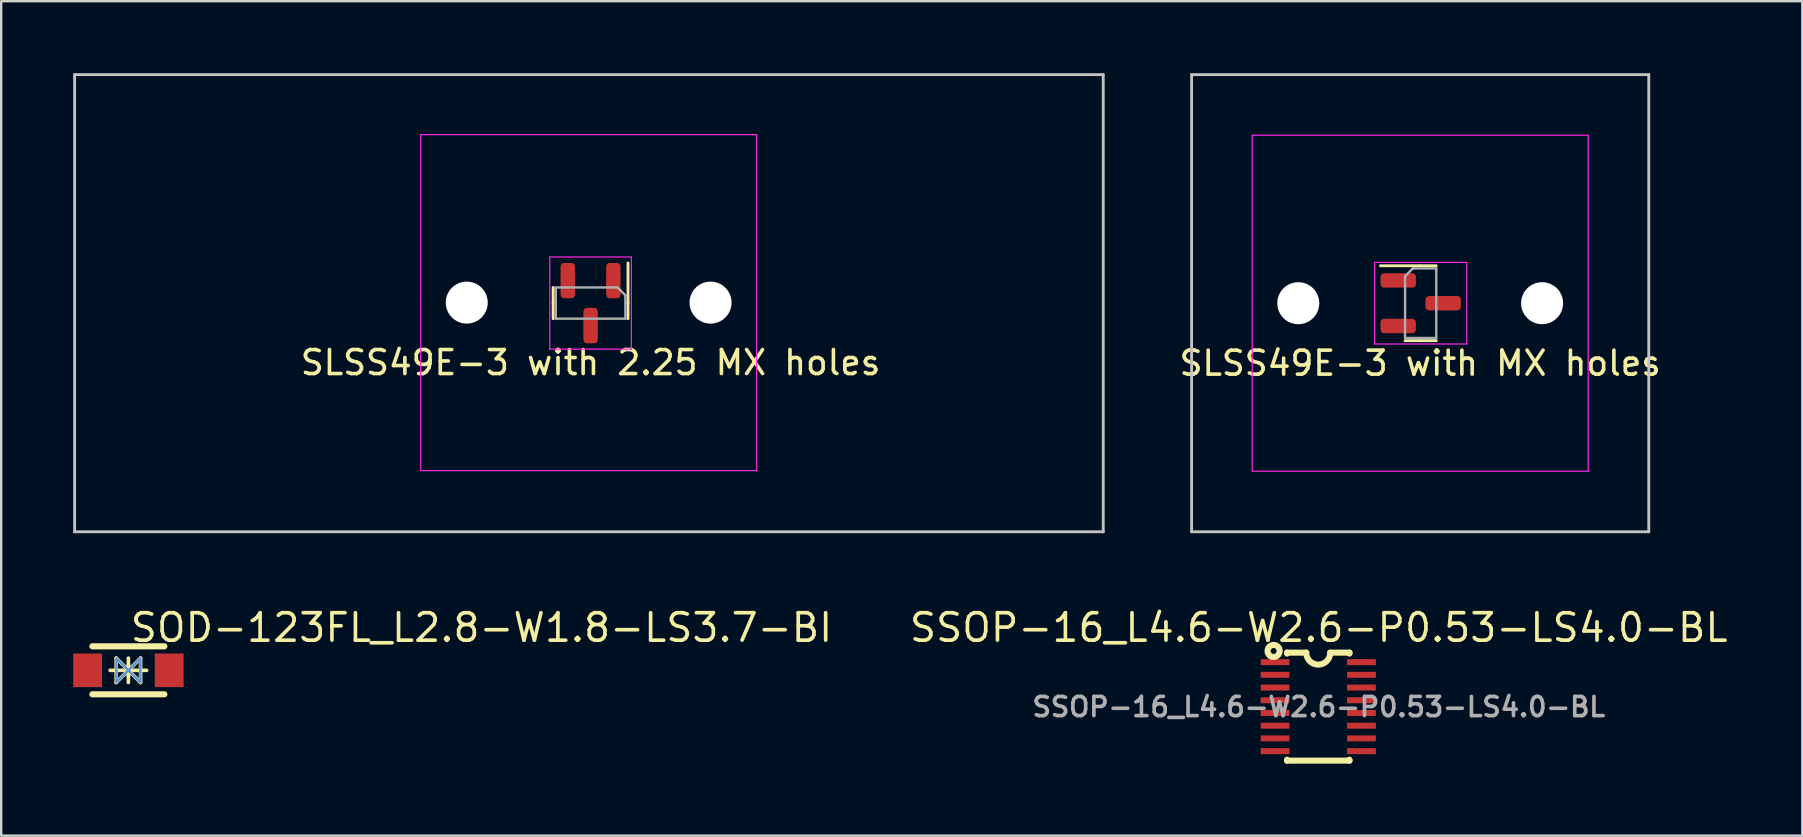
<source format=kicad_pcb>
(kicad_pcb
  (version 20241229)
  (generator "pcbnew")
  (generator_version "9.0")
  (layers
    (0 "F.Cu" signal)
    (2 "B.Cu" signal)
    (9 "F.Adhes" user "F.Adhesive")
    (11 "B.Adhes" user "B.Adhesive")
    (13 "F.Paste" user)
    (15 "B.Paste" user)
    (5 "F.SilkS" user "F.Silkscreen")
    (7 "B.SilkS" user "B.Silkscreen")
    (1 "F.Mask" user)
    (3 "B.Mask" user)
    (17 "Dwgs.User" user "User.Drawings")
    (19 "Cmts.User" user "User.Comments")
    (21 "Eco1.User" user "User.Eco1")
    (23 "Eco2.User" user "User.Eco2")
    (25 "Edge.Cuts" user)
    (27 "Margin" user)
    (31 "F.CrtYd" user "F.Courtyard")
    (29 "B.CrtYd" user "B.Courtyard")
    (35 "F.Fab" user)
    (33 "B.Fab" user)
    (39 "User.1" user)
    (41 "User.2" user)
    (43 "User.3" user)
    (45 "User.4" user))
  (footprint "SLSS49E-3 with 2.25 MX holes"
    (layer "F.Cu")
    (at 21.56 9.56)
    (property "Reference" "SLSS49E-3 with 2.25 MX holes" (at 0 2.5 0) (unlocked yes) (layer "F.SilkS") (effects (font (size 1 1) (thickness 0.15))))
    (attr smd)
    (fp_line (start -1.56 0.02) (end -1.56 -0.63) (stroke (width 0.12) (type solid)) (layer "F.SilkS"))
    (fp_line (start -1.56 0.02) (end -1.56 0.67) (stroke (width 0.12) (type solid)) (layer "F.SilkS"))
    (fp_line (start 1.56 0.02) (end 1.56 -1.655) (stroke (width 0.12) (type solid)) (layer "F.SilkS"))
    (fp_line (start 1.56 0.02) (end 1.56 0.67) (stroke (width 0.12) (type solid)) (layer "F.SilkS"))
    (fp_line (start -21.5 -9.5) (end -21.5 9.55) (stroke (width 0.12) (type solid)) (layer "Dwgs.User"))
    (fp_line (start -21.5 -9.5) (end 21.363 -9.5) (stroke (width 0.12) (type solid)) (layer "Dwgs.User"))
    (fp_line (start -21.5 9.55) (end 21.363 9.55) (stroke (width 0.12) (type solid)) (layer "Dwgs.User"))
    (fp_line (start 21.363 -9.5) (end 21.363 9.55) (stroke (width 0.12) (type solid)) (layer "Dwgs.User"))
    (fp_line (start -7.08 6.5) (end -7.08 -6.5) (stroke (width 0.05) (type solid)) (layer "Eco2.User"))
    (fp_line (start -6.58 -7) (end 6.42 -7) (stroke (width 0.05) (type solid)) (layer "Eco2.User"))
    (fp_line (start 6.42 7) (end -6.58 7) (stroke (width 0.05) (type solid)) (layer "Eco2.User"))
    (fp_line (start 6.92 -6.5) (end 6.92 6.5) (stroke (width 0.05) (type solid)) (layer "Eco2.User"))
    (fp_arc (start -7.08 -6.5) (mid -6.933553 -6.853553) (end -6.58 -7) (stroke (width 0.05) (type solid)) (layer "Eco2.User"))
    (fp_arc (start -6.58 7) (mid -6.933553 6.853553) (end -7.08 6.5) (stroke (width 0.05) (type solid)) (layer "Eco2.User"))
    (fp_arc (start 6.42 -7) (mid 6.773553 -6.853553) (end 6.92 -6.5) (stroke (width 0.05) (type solid)) (layer "Eco2.User"))
    (fp_arc (start 6.917236 6.498884) (mid 6.770806 6.852455) (end 6.417236 6.998884) (stroke (width 0.05) (type solid)) (layer "Eco2.User"))
    (fp_line (start -7.08 -7) (end -7.08 7) (stroke (width 0.05) (type solid)) (layer "F.CrtYd"))
    (fp_line (start -7.08 7) (end 6.92 7) (stroke (width 0.05) (type solid)) (layer "F.CrtYd"))
    (fp_line (start -1.7 -1.9) (end -1.7 1.94) (stroke (width 0.05) (type solid)) (layer "F.CrtYd"))
    (fp_line (start -1.7 1.94) (end 1.7 1.94) (stroke (width 0.05) (type solid)) (layer "F.CrtYd"))
    (fp_line (start 1.7 -1.9) (end -1.7 -1.9) (stroke (width 0.05) (type solid)) (layer "F.CrtYd"))
    (fp_line (start 1.7 1.94) (end 1.7 -1.9) (stroke (width 0.05) (type solid)) (layer "F.CrtYd"))
    (fp_line (start 6.92 -7) (end -7.08 -7) (stroke (width 0.05) (type solid)) (layer "F.CrtYd"))
    (fp_line (start 6.92 7) (end 6.92 -7) (stroke (width 0.05) (type solid)) (layer "F.CrtYd"))
    (fp_line (start -1.45 -0.63) (end 1.125 -0.63) (stroke (width 0.1) (type solid)) (layer "F.Fab"))
    (fp_line (start -1.45 0.67) (end -1.45 -0.63) (stroke (width 0.1) (type solid)) (layer "F.Fab"))
    (fp_line (start 1.125 -0.63) (end 1.45 -0.305) (stroke (width 0.1) (type solid)) (layer "F.Fab"))
    (fp_line (start 1.45 -0.305) (end 1.45 0.67) (stroke (width 0.1) (type solid)) (layer "F.Fab"))
    (fp_line (start 1.45 0.67) (end -1.45 0.67) (stroke (width 0.1) (type solid)) (layer "F.Fab"))
    (pad "" np_thru_hole circle (at -5.16 0) (size 1.75 1.75) (drill 1.75) (layers "*.Cu" "*.Mask"))
    (pad "" np_thru_hole circle (at 5 0) (size 1.75 1.75) (drill 1.75) (layers "*.Cu" "*.Mask"))
    (pad "1" smd roundrect (at 0.95 -0.917 270) (size 1.475 0.6) (layers "F.Cu" "F.Mask" "F.Paste") (roundrect_rratio 0.25))
    (pad "2" smd roundrect (at -0.95 -0.917 270) (size 1.475 0.6) (layers "F.Cu" "F.Mask" "F.Paste") (roundrect_rratio 0.25))
    (pad "3" smd roundrect (at 0 0.958 270) (size 1.475 0.6) (layers "F.Cu" "F.Mask" "F.Paste") (roundrect_rratio 0.25)))
  (footprint "SOD-123FL_L2.8-W1.8-LS3.7-BI"
    (layer "F.Cu")
    (at 2.3 24.883)
    (property "Reference" "SOD-123FL_L2.8-W1.8-LS3.7-BI" (at 0 -1.778 0) (layer "F.SilkS") (effects (font (size 1.143 1.143) (thickness 0.152)) (justify left)))
    (attr smd)
    (fp_line (start -1.5 -1) (end 1.5 -1) (stroke (width 0.254) (type solid)) (layer "F.SilkS"))
    (fp_line (start -1.5 1) (end 1.5 1) (stroke (width 0.254) (type solid)) (layer "F.SilkS"))
    (fp_line (start -0.762 0) (end 0.762 0) (stroke (width 0.15) (type solid)) (layer "F.SilkS"))
    (fp_line (start -0.508 -0.508) (end -0.508 0.508) (stroke (width 0.15) (type solid)) (layer "F.SilkS"))
    (fp_line (start 0 -0.508) (end 0 0.508) (stroke (width 0.15) (type solid)) (layer "F.SilkS"))
    (fp_line (start 0 0) (end -0.508 -0.508) (stroke (width 0.15) (type solid)) (layer "F.SilkS"))
    (fp_line (start 0 0) (end -0.508 0.508) (stroke (width 0.15) (type solid)) (layer "F.SilkS"))
    (fp_line (start 0 0) (end 0.508 -0.508) (stroke (width 0.15) (type solid)) (layer "F.SilkS"))
    (fp_line (start 0 0) (end 0.508 0.508) (stroke (width 0.15) (type solid)) (layer "F.SilkS"))
    (fp_line (start 0 0.254) (end 0 -0.254) (stroke (width 0.15) (type solid)) (layer "F.SilkS"))
    (fp_line (start 0.508 0.508) (end 0.508 -0.508) (stroke (width 0.15) (type solid)) (layer "F.SilkS"))
    (fp_poly (pts (xy -0.5 -0.5) (xy -0.5 0.5) (xy 0 0)) (stroke (width 0.1) (type solid)) (fill no) (layer "Cmts.User"))
    (fp_poly (pts (xy 0.5 0.5) (xy 0.5 -0.5) (xy 0 0)) (stroke (width 0.1) (type solid)) (fill no) (layer "Cmts.User"))
    (pad "1" smd rect (at -1.7 0) (size 1.2 1.4) (layers "F.Cu" "F.Mask" "F.Paste"))
    (pad "2" smd rect (at 1.7 0) (size 1.2 1.4) (layers "F.Cu" "F.Mask" "F.Paste")))
  (footprint "SLSS49E-3 with MX holes"
    (layer "F.Cu")
    (at 56.131 9.585)
    (property "Reference" "SLSS49E-3 with MX holes" (at 0 2.5 0) (unlocked yes) (layer "F.SilkS") (effects (font (size 1 1) (thickness 0.15))))
    (attr smd)
    (fp_line (start 0.02 -1.56) (end -1.655 -1.56) (stroke (width 0.12) (type solid)) (layer "F.SilkS"))
    (fp_line (start 0.02 -1.56) (end 0.67 -1.56) (stroke (width 0.12) (type solid)) (layer "F.SilkS"))
    (fp_line (start 0.02 1.56) (end -0.63 1.56) (stroke (width 0.12) (type solid)) (layer "F.SilkS"))
    (fp_line (start 0.02 1.56) (end 0.67 1.56) (stroke (width 0.12) (type solid)) (layer "F.SilkS"))
    (fp_line (start -9.525 -9.525) (end -9.525 9.525) (stroke (width 0.12) (type solid)) (layer "Dwgs.User"))
    (fp_line (start -9.525 9.525) (end 9.525 9.525) (stroke (width 0.12) (type solid)) (layer "Dwgs.User"))
    (fp_line (start 9.525 -9.525) (end -9.525 -9.525) (stroke (width 0.12) (type solid)) (layer "Dwgs.User"))
    (fp_line (start 9.525 9.525) (end 9.525 -9.525) (stroke (width 0.12) (type solid)) (layer "Dwgs.User"))
    (fp_line (start -7 6.5) (end -7 -6.5) (stroke (width 0.05) (type solid)) (layer "Eco2.User"))
    (fp_line (start -6.5 -7) (end 6.5 -7) (stroke (width 0.05) (type solid)) (layer "Eco2.User"))
    (fp_line (start 6.5 7) (end -6.5 7) (stroke (width 0.05) (type solid)) (layer "Eco2.User"))
    (fp_line (start 7 -6.5) (end 7 6.5) (stroke (width 0.05) (type solid)) (layer "Eco2.User"))
    (fp_arc (start -7 -6.5) (mid -6.853553 -6.853553) (end -6.5 -7) (stroke (width 0.05) (type solid)) (layer "Eco2.User"))
    (fp_arc (start -6.5 7) (mid -6.853553 6.853553) (end -7 6.5) (stroke (width 0.05) (type solid)) (layer "Eco2.User"))
    (fp_arc (start 6.5 -7) (mid 6.853553 -6.853553) (end 7 -6.5) (stroke (width 0.05) (type solid)) (layer "Eco2.User"))
    (fp_arc (start 6.997236 6.498884) (mid 6.850806 6.852455) (end 6.497236 6.998884) (stroke (width 0.05) (type solid)) (layer "Eco2.User"))
    (fp_line (start -7 -7) (end -7 7) (stroke (width 0.05) (type solid)) (layer "F.CrtYd"))
    (fp_line (start -7 7) (end 7 7) (stroke (width 0.05) (type solid)) (layer "F.CrtYd"))
    (fp_line (start -1.9 -1.7) (end -1.9 1.7) (stroke (width 0.05) (type solid)) (layer "F.CrtYd"))
    (fp_line (start -1.9 1.7) (end 1.94 1.7) (stroke (width 0.05) (type solid)) (layer "F.CrtYd"))
    (fp_line (start 1.94 -1.7) (end -1.9 -1.7) (stroke (width 0.05) (type solid)) (layer "F.CrtYd"))
    (fp_line (start 1.94 1.7) (end 1.94 -1.7) (stroke (width 0.05) (type solid)) (layer "F.CrtYd"))
    (fp_line (start 7 -7) (end -7 -7) (stroke (width 0.05) (type solid)) (layer "F.CrtYd"))
    (fp_line (start 7 7) (end 7 -7) (stroke (width 0.05) (type solid)) (layer "F.CrtYd"))
    (fp_line (start -0.63 -1.125) (end -0.305 -1.45) (stroke (width 0.1) (type solid)) (layer "F.Fab"))
    (fp_line (start -0.63 1.45) (end -0.63 -1.125) (stroke (width 0.1) (type solid)) (layer "F.Fab"))
    (fp_line (start -0.305 -1.45) (end 0.67 -1.45) (stroke (width 0.1) (type solid)) (layer "F.Fab"))
    (fp_line (start 0.67 -1.45) (end 0.67 1.45) (stroke (width 0.1) (type solid)) (layer "F.Fab"))
    (fp_line (start 0.67 1.45) (end -0.63 1.45) (stroke (width 0.1) (type solid)) (layer "F.Fab"))
    (pad "" np_thru_hole circle (at -5.08 0) (size 1.75 1.75) (drill 1.75) (layers "*.Cu" "*.Mask"))
    (pad "" np_thru_hole circle (at 5.08 0) (size 1.75 1.75) (drill 1.75) (layers "*.Cu" "*.Mask"))
    (pad "1" smd roundrect (at -0.917 -0.95) (size 1.475 0.6) (layers "F.Cu" "F.Mask" "F.Paste") (roundrect_rratio 0.25))
    (pad "2" smd roundrect (at -0.917 0.95) (size 1.475 0.6) (layers "F.Cu" "F.Mask" "F.Paste") (roundrect_rratio 0.25))
    (pad "3" smd roundrect (at 0.958 0) (size 1.475 0.6) (layers "F.Cu" "F.Mask" "F.Paste") (roundrect_rratio 0.25)))
  (footprint "SSOP-16_L4.6-W2.6-P0.53-LS4.0-BL"
    (layer "F.Cu")
    (at 51.905 26.407)
    (property "Reference" "SSOP-16_L4.6-W2.6-P0.53-LS4.0-BL" (at 0 -3.302 0) (layer "F.SilkS") (effects (font (size 1.143 1.143) (thickness 0.152))))
    (attr smd)
    (fp_line (start -1.322 -2.261) (end -1.322 -2.222) (stroke (width 0.254) (type solid)) (layer "F.SilkS"))
    (fp_line (start -1.322 -2.261) (end -0.522 -2.261) (stroke (width 0.254) (type solid)) (layer "F.SilkS"))
    (fp_line (start -1.322 2.239) (end -1.322 2.2) (stroke (width 0.254) (type solid)) (layer "F.SilkS"))
    (fp_line (start 1.278 -2.261) (end 0.478 -2.261) (stroke (width 0.254) (type solid)) (layer "F.SilkS"))
    (fp_line (start 1.278 -2.261) (end 1.278 -2.222) (stroke (width 0.254) (type solid)) (layer "F.SilkS"))
    (fp_line (start 1.278 2.2) (end 1.278 2.239) (stroke (width 0.254) (type solid)) (layer "F.SilkS"))
    (fp_line (start 1.278 2.239) (end -1.322 2.239) (stroke (width 0.254) (type solid)) (layer "F.SilkS"))
    (fp_arc (start 0.478 -2.261) (mid -0.022444 -1.764984) (end -0.522006 -2.261888) (stroke (width 0.254) (type solid)) (layer "F.SilkS"))
    (fp_circle (center -1.882 -2.331) (end -1.882 -2.206) (stroke (width 0.254) (type solid)) (fill no) (layer "F.SilkS"))
    (fp_text user "${REFERENCE}" (at 0 0 0) (layer "F.Fab") (effects (font (size 0.8 0.8) (thickness 0.15))))
    (pad "1" smd rect (at -1.822 -1.866) (size 1.2 0.25) (layers "F.Cu" "F.Mask" "F.Paste"))
    (pad "2" smd rect (at -1.822 -1.336) (size 1.2 0.25) (layers "F.Cu" "F.Mask" "F.Paste"))
    (pad "3" smd rect (at -1.822 -0.806) (size 1.2 0.25) (layers "F.Cu" "F.Mask" "F.Paste"))
    (pad "4" smd rect (at -1.822 -0.276) (size 1.2 0.25) (layers "F.Cu" "F.Mask" "F.Paste"))
    (pad "5" smd rect (at -1.822 0.254) (size 1.2 0.25) (layers "F.Cu" "F.Mask" "F.Paste"))
    (pad "6" smd rect (at -1.822 0.784) (size 1.2 0.25) (layers "F.Cu" "F.Mask" "F.Paste"))
    (pad "7" smd rect (at -1.822 1.314) (size 1.2 0.25) (layers "F.Cu" "F.Mask" "F.Paste"))
    (pad "8" smd rect (at -1.822 1.844) (size 1.2 0.25) (layers "F.Cu" "F.Mask" "F.Paste"))
    (pad "9" smd rect (at 1.778 1.844) (size 1.2 0.25) (layers "F.Cu" "F.Mask" "F.Paste"))
    (pad "10" smd rect (at 1.778 1.314) (size 1.2 0.25) (layers "F.Cu" "F.Mask" "F.Paste"))
    (pad "11" smd rect (at 1.778 0.784) (size 1.2 0.25) (layers "F.Cu" "F.Mask" "F.Paste"))
    (pad "12" smd rect (at 1.778 0.254) (size 1.2 0.25) (layers "F.Cu" "F.Mask" "F.Paste"))
    (pad "13" smd rect (at 1.778 -0.276) (size 1.2 0.25) (layers "F.Cu" "F.Mask" "F.Paste"))
    (pad "14" smd rect (at 1.778 -0.806) (size 1.2 0.25) (layers "F.Cu" "F.Mask" "F.Paste"))
    (pad "15" smd rect (at 1.778 -1.336) (size 1.2 0.25) (layers "F.Cu" "F.Mask" "F.Paste"))
    (pad "16" smd rect (at 1.778 -1.866) (size 1.2 0.25) (layers "F.Cu" "F.Mask" "F.Paste")))
  (gr_rect
    (start -3 -3)
    (end 72.055 31.773)
    (stroke (width 0.1) (type default))
    (fill no)
    (layer "Edge.Cuts")))
</source>
